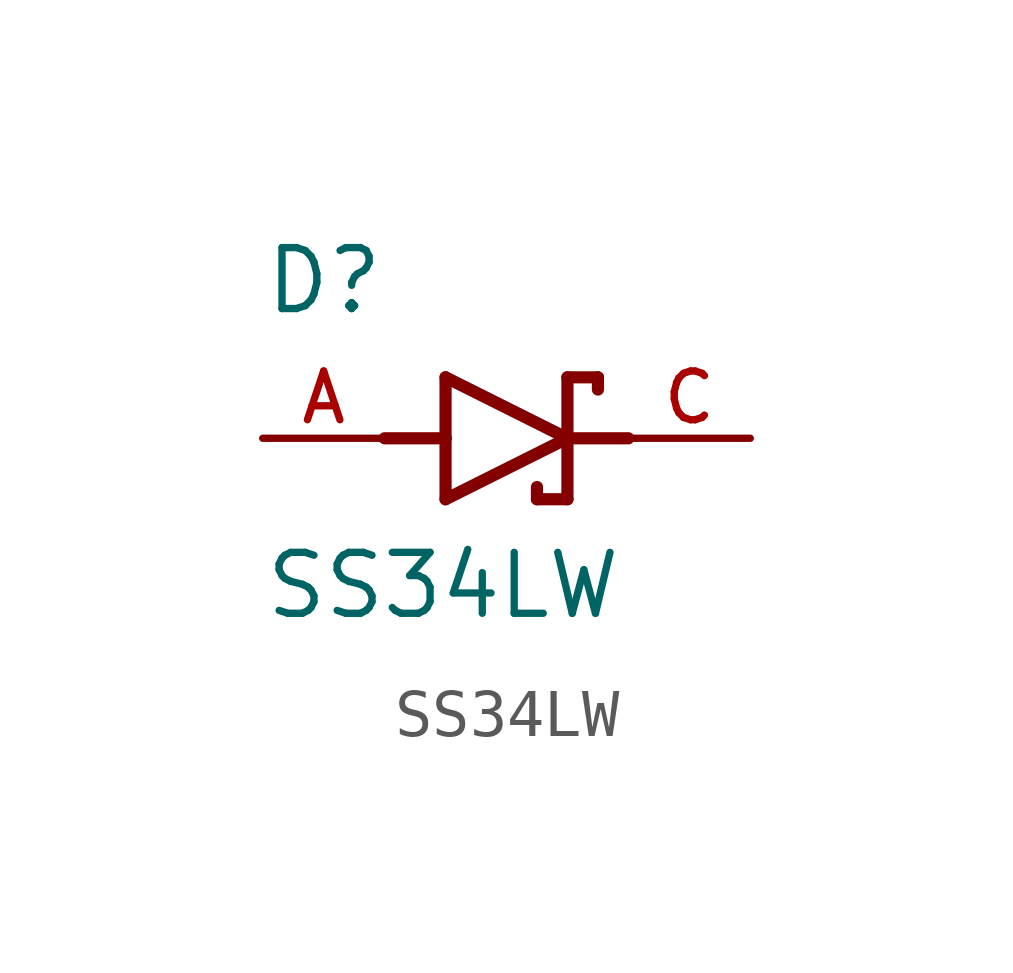
<source format=kicad_sym>
(kicad_symbol_lib
  (version 20211014)
  (generator kicad_symbol_editor)
  (symbol "SS34LW"
    (pin_names
      (offset 1.016))
    (property "Reference" "D"
      (at -5.08 2.54 0)
      (effects (font (size 1.27 1.27)) (justify bottom left)))
    (property "Value" "SS34LW"
      (at -5.08 -3.81 0)
      (effects (font (size 1.27 1.27)) (justify bottom left)))
    (symbol "SS34LW_0_0"
      (polyline (pts (xy -1.27 -1.27) (xy 1.27 0.0)) (stroke (width 0.254)))
      (polyline (pts (xy 1.27 0.0) (xy -1.27 1.27)) (stroke (width 0.254)))
      (polyline (pts (xy 1.905 1.27) (xy 1.27 1.27)) (stroke (width 0.254)))
      (polyline (pts (xy 1.27 1.27) (xy 1.27 0.0)) (stroke (width 0.254)))
      (polyline (pts (xy -1.27 1.27) (xy -1.27 0.0)) (stroke (width 0.254)))
      (polyline (pts (xy -1.27 0.0) (xy -1.27 -1.27)) (stroke (width 0.254)))
      (polyline (pts (xy 1.27 0.0) (xy 1.27 -1.27)) (stroke (width 0.254)))
      (polyline (pts (xy 1.905 1.27) (xy 1.905 1.016)) (stroke (width 0.254)))
      (polyline (pts (xy 1.27 -1.27) (xy 0.635 -1.27)) (stroke (width 0.254)))
      (polyline (pts (xy 0.635 -1.016) (xy 0.635 -1.27)) (stroke (width 0.254)))
      (polyline (pts (xy -2.54 0.0) (xy -1.27 0.0)) (stroke (width 0.254)))
      (polyline (pts (xy 2.54 0.0) (xy 1.27 0.0)) (stroke (width 0.254)))
      (pin passive line (at 5.08 0.0 180.0) (length 2.54) (name "~" (effects (font (size 1.016 1.016)))) (number "C" (effects (font (size 1.016 1.016)))))
      (pin passive line (at -5.08 0.0 0) (length 2.54) (name "~" (effects (font (size 1.016 1.016)))) (number "A" (effects (font (size 1.016 1.016))))))))
</source>
